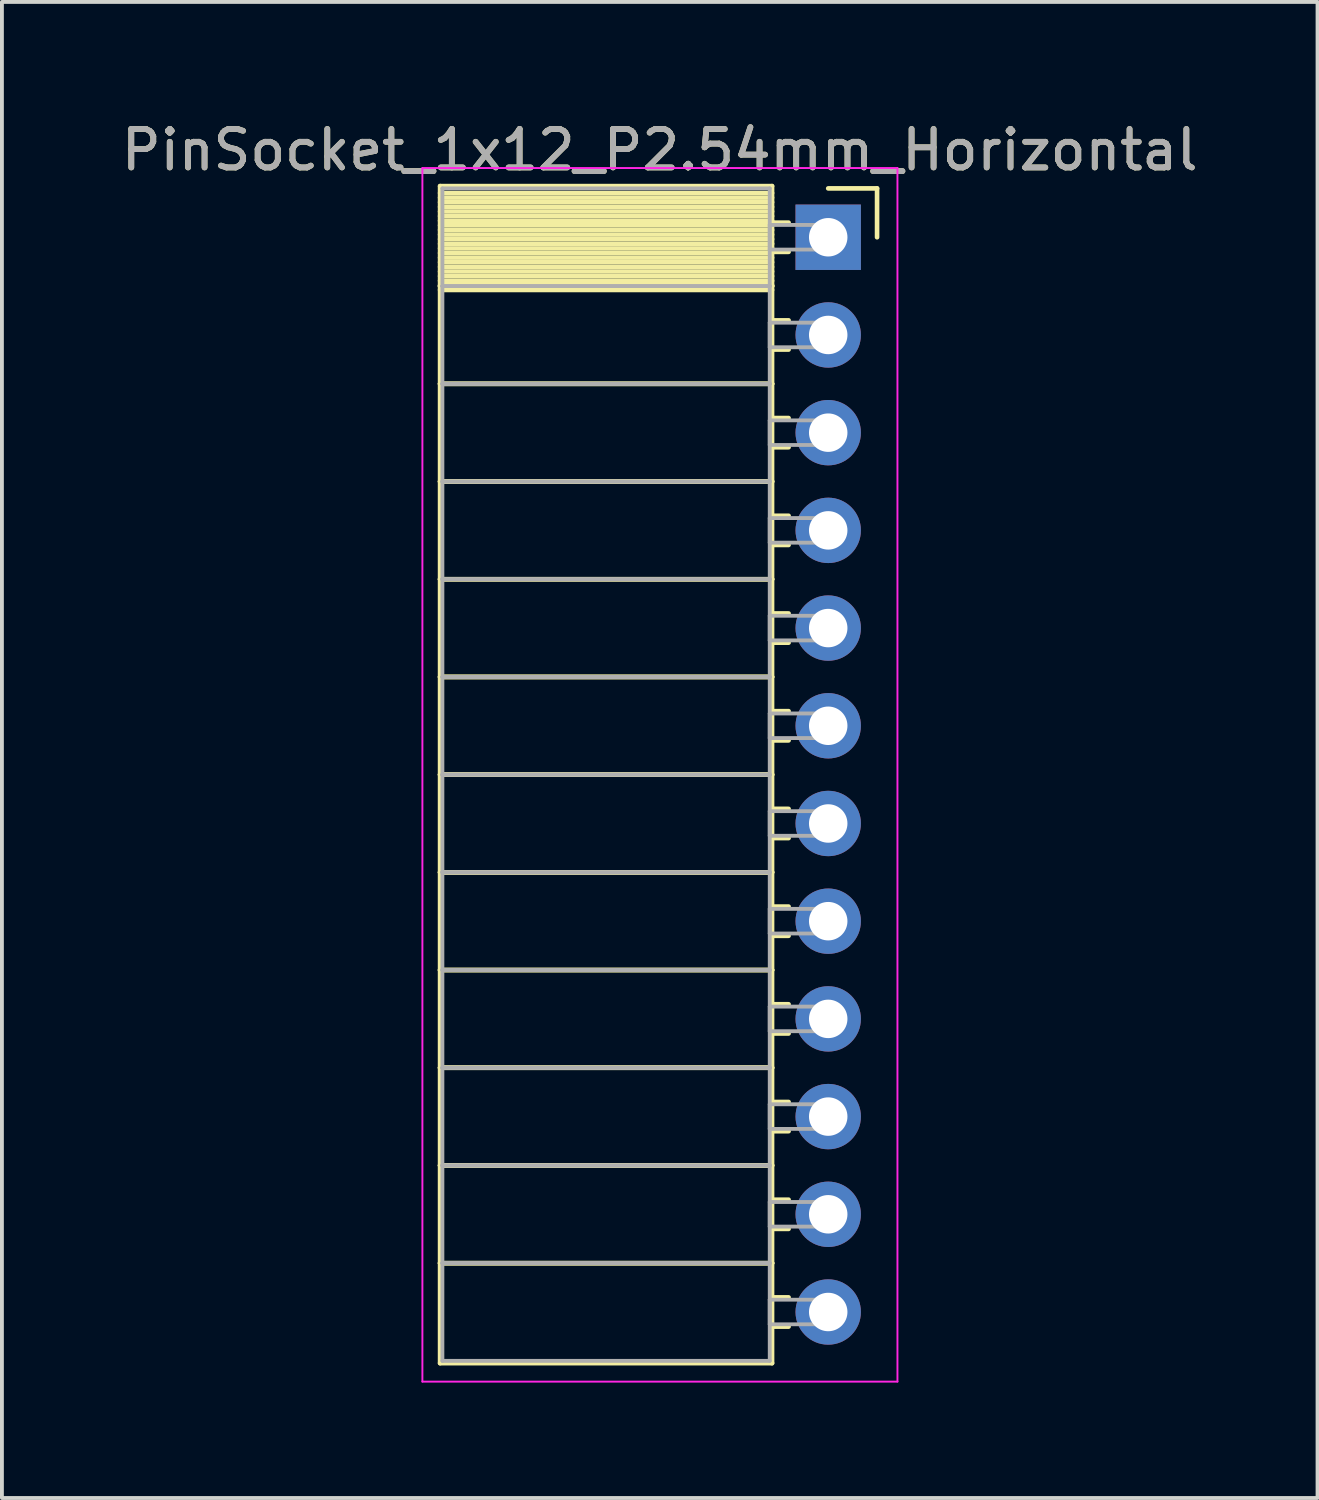
<source format=kicad_pcb>
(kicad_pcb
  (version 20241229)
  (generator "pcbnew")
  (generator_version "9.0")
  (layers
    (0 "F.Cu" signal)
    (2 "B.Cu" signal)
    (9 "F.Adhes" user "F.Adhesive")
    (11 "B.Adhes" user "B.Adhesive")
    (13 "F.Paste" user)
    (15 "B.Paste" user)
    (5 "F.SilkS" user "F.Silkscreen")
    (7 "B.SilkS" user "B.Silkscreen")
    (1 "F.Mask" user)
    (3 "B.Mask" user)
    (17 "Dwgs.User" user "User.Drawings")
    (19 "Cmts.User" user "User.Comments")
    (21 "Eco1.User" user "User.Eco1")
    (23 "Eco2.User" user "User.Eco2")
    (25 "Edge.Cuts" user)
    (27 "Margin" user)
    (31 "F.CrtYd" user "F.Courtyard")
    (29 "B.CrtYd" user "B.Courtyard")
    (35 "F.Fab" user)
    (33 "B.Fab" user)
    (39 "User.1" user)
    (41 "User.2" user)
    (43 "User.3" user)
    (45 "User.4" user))
  (footprint "PinSocket_1x12_P2.54mm_Horizontal"
    (layer "F.Cu")
    (at 18.481 3.118)
    (property "Reference" "PinSocket_1x12_P2.54mm_Horizontal" (at -4.38 -2.27 0) (layer "F.SilkS") (effects (font (size 1 1) (thickness 0.15))))
    (attr through_hole)
    (fp_line (start -10.09 -1.33) (end -1.46 -1.33) (stroke (width 0.12) (type solid)) (layer "F.SilkS"))
    (fp_line (start -10.09 1.27) (end -10.09 -1.33) (stroke (width 0.12) (type solid)) (layer "F.SilkS"))
    (fp_line (start -10.09 1.27) (end -1.46 1.27) (stroke (width 0.12) (type solid)) (layer "F.SilkS"))
    (fp_line (start -10.09 3.81) (end -10.09 1.27) (stroke (width 0.12) (type solid)) (layer "F.SilkS"))
    (fp_line (start -10.09 3.81) (end -1.46 3.81) (stroke (width 0.12) (type solid)) (layer "F.SilkS"))
    (fp_line (start -10.09 6.35) (end -10.09 3.81) (stroke (width 0.12) (type solid)) (layer "F.SilkS"))
    (fp_line (start -10.09 6.35) (end -1.46 6.35) (stroke (width 0.12) (type solid)) (layer "F.SilkS"))
    (fp_line (start -10.09 8.89) (end -10.09 6.35) (stroke (width 0.12) (type solid)) (layer "F.SilkS"))
    (fp_line (start -10.09 8.89) (end -1.46 8.89) (stroke (width 0.12) (type solid)) (layer "F.SilkS"))
    (fp_line (start -10.09 11.43) (end -10.09 8.89) (stroke (width 0.12) (type solid)) (layer "F.SilkS"))
    (fp_line (start -10.09 11.43) (end -1.46 11.43) (stroke (width 0.12) (type solid)) (layer "F.SilkS"))
    (fp_line (start -10.09 13.97) (end -10.09 11.43) (stroke (width 0.12) (type solid)) (layer "F.SilkS"))
    (fp_line (start -10.09 13.97) (end -1.46 13.97) (stroke (width 0.12) (type solid)) (layer "F.SilkS"))
    (fp_line (start -10.09 16.51) (end -10.09 13.97) (stroke (width 0.12) (type solid)) (layer "F.SilkS"))
    (fp_line (start -10.09 16.51) (end -1.46 16.51) (stroke (width 0.12) (type solid)) (layer "F.SilkS"))
    (fp_line (start -10.09 19.05) (end -10.09 16.51) (stroke (width 0.12) (type solid)) (layer "F.SilkS"))
    (fp_line (start -10.09 19.05) (end -1.46 19.05) (stroke (width 0.12) (type solid)) (layer "F.SilkS"))
    (fp_line (start -10.09 21.59) (end -10.09 19.05) (stroke (width 0.12) (type solid)) (layer "F.SilkS"))
    (fp_line (start -10.09 21.59) (end -1.46 21.59) (stroke (width 0.12) (type solid)) (layer "F.SilkS"))
    (fp_line (start -10.09 24.13) (end -10.09 21.59) (stroke (width 0.12) (type solid)) (layer "F.SilkS"))
    (fp_line (start -10.09 24.13) (end -1.46 24.13) (stroke (width 0.12) (type solid)) (layer "F.SilkS"))
    (fp_line (start -10.09 26.67) (end -10.09 24.13) (stroke (width 0.12) (type solid)) (layer "F.SilkS"))
    (fp_line (start -10.09 26.67) (end -1.46 26.67) (stroke (width 0.12) (type solid)) (layer "F.SilkS"))
    (fp_line (start -10.09 29.27) (end -10.09 26.67) (stroke (width 0.12) (type solid)) (layer "F.SilkS"))
    (fp_line (start -1.46 -1.33) (end -1.46 1.27) (stroke (width 0.12) (type solid)) (layer "F.SilkS"))
    (fp_line (start -1.46 -1.15) (end -10.09 -1.15) (stroke (width 0.12) (type solid)) (layer "F.SilkS"))
    (fp_line (start -1.46 -1.03) (end -10.09 -1.03) (stroke (width 0.12) (type solid)) (layer "F.SilkS"))
    (fp_line (start -1.46 -0.91) (end -10.09 -0.91) (stroke (width 0.12) (type solid)) (layer "F.SilkS"))
    (fp_line (start -1.46 -0.79) (end -10.09 -0.79) (stroke (width 0.12) (type solid)) (layer "F.SilkS"))
    (fp_line (start -1.46 -0.67) (end -10.09 -0.67) (stroke (width 0.12) (type solid)) (layer "F.SilkS"))
    (fp_line (start -1.46 -0.55) (end -10.09 -0.55) (stroke (width 0.12) (type solid)) (layer "F.SilkS"))
    (fp_line (start -1.46 -0.43) (end -10.09 -0.43) (stroke (width 0.12) (type solid)) (layer "F.SilkS"))
    (fp_line (start -1.46 -0.31) (end -10.09 -0.31) (stroke (width 0.12) (type solid)) (layer "F.SilkS"))
    (fp_line (start -1.46 -0.19) (end -10.09 -0.19) (stroke (width 0.12) (type solid)) (layer "F.SilkS"))
    (fp_line (start -1.46 -0.07) (end -10.09 -0.07) (stroke (width 0.12) (type solid)) (layer "F.SilkS"))
    (fp_line (start -1.46 0.05) (end -10.09 0.05) (stroke (width 0.12) (type solid)) (layer "F.SilkS"))
    (fp_line (start -1.46 0.17) (end -10.09 0.17) (stroke (width 0.12) (type solid)) (layer "F.SilkS"))
    (fp_line (start -1.46 0.29) (end -10.09 0.29) (stroke (width 0.12) (type solid)) (layer "F.SilkS"))
    (fp_line (start -1.46 0.41) (end -10.09 0.41) (stroke (width 0.12) (type solid)) (layer "F.SilkS"))
    (fp_line (start -1.46 0.53) (end -10.09 0.53) (stroke (width 0.12) (type solid)) (layer "F.SilkS"))
    (fp_line (start -1.46 0.65) (end -10.09 0.65) (stroke (width 0.12) (type solid)) (layer "F.SilkS"))
    (fp_line (start -1.46 0.77) (end -10.09 0.77) (stroke (width 0.12) (type solid)) (layer "F.SilkS"))
    (fp_line (start -1.46 0.89) (end -10.09 0.89) (stroke (width 0.12) (type solid)) (layer "F.SilkS"))
    (fp_line (start -1.46 1.01) (end -10.09 1.01) (stroke (width 0.12) (type solid)) (layer "F.SilkS"))
    (fp_line (start -1.46 1.13) (end -10.09 1.13) (stroke (width 0.12) (type solid)) (layer "F.SilkS"))
    (fp_line (start -1.46 1.25) (end -10.09 1.25) (stroke (width 0.12) (type solid)) (layer "F.SilkS"))
    (fp_line (start -1.46 1.27) (end -10.09 1.27) (stroke (width 0.12) (type solid)) (layer "F.SilkS"))
    (fp_line (start -1.46 1.27) (end -1.46 3.81) (stroke (width 0.12) (type solid)) (layer "F.SilkS"))
    (fp_line (start -1.46 1.37) (end -10.09 1.37) (stroke (width 0.12) (type solid)) (layer "F.SilkS"))
    (fp_line (start -1.46 3.81) (end -10.09 3.81) (stroke (width 0.12) (type solid)) (layer "F.SilkS"))
    (fp_line (start -1.46 3.81) (end -1.46 6.35) (stroke (width 0.12) (type solid)) (layer "F.SilkS"))
    (fp_line (start -1.46 6.35) (end -10.09 6.35) (stroke (width 0.12) (type solid)) (layer "F.SilkS"))
    (fp_line (start -1.46 6.35) (end -1.46 8.89) (stroke (width 0.12) (type solid)) (layer "F.SilkS"))
    (fp_line (start -1.46 8.89) (end -10.09 8.89) (stroke (width 0.12) (type solid)) (layer "F.SilkS"))
    (fp_line (start -1.46 8.89) (end -1.46 11.43) (stroke (width 0.12) (type solid)) (layer "F.SilkS"))
    (fp_line (start -1.46 11.43) (end -10.09 11.43) (stroke (width 0.12) (type solid)) (layer "F.SilkS"))
    (fp_line (start -1.46 11.43) (end -1.46 13.97) (stroke (width 0.12) (type solid)) (layer "F.SilkS"))
    (fp_line (start -1.46 13.97) (end -10.09 13.97) (stroke (width 0.12) (type solid)) (layer "F.SilkS"))
    (fp_line (start -1.46 13.97) (end -1.46 16.51) (stroke (width 0.12) (type solid)) (layer "F.SilkS"))
    (fp_line (start -1.46 16.51) (end -10.09 16.51) (stroke (width 0.12) (type solid)) (layer "F.SilkS"))
    (fp_line (start -1.46 16.51) (end -1.46 19.05) (stroke (width 0.12) (type solid)) (layer "F.SilkS"))
    (fp_line (start -1.46 19.05) (end -10.09 19.05) (stroke (width 0.12) (type solid)) (layer "F.SilkS"))
    (fp_line (start -1.46 19.05) (end -1.46 21.59) (stroke (width 0.12) (type solid)) (layer "F.SilkS"))
    (fp_line (start -1.46 21.59) (end -10.09 21.59) (stroke (width 0.12) (type solid)) (layer "F.SilkS"))
    (fp_line (start -1.46 21.59) (end -1.46 24.13) (stroke (width 0.12) (type solid)) (layer "F.SilkS"))
    (fp_line (start -1.46 24.13) (end -10.09 24.13) (stroke (width 0.12) (type solid)) (layer "F.SilkS"))
    (fp_line (start -1.46 24.13) (end -1.46 26.67) (stroke (width 0.12) (type solid)) (layer "F.SilkS"))
    (fp_line (start -1.46 26.67) (end -10.09 26.67) (stroke (width 0.12) (type solid)) (layer "F.SilkS"))
    (fp_line (start -1.46 26.67) (end -1.46 29.27) (stroke (width 0.12) (type solid)) (layer "F.SilkS"))
    (fp_line (start -1.46 29.27) (end -10.09 29.27) (stroke (width 0.12) (type solid)) (layer "F.SilkS"))
    (fp_line (start -1.03 -0.38) (end -1.46 -0.38) (stroke (width 0.12) (type solid)) (layer "F.SilkS"))
    (fp_line (start -1.03 0.38) (end -1.46 0.38) (stroke (width 0.12) (type solid)) (layer "F.SilkS"))
    (fp_line (start -1.03 2.16) (end -1.46 2.16) (stroke (width 0.12) (type solid)) (layer "F.SilkS"))
    (fp_line (start -1.03 2.92) (end -1.46 2.92) (stroke (width 0.12) (type solid)) (layer "F.SilkS"))
    (fp_line (start -1.03 4.7) (end -1.46 4.7) (stroke (width 0.12) (type solid)) (layer "F.SilkS"))
    (fp_line (start -1.03 5.46) (end -1.46 5.46) (stroke (width 0.12) (type solid)) (layer "F.SilkS"))
    (fp_line (start -1.03 7.24) (end -1.46 7.24) (stroke (width 0.12) (type solid)) (layer "F.SilkS"))
    (fp_line (start -1.03 8) (end -1.46 8) (stroke (width 0.12) (type solid)) (layer "F.SilkS"))
    (fp_line (start -1.03 9.78) (end -1.46 9.78) (stroke (width 0.12) (type solid)) (layer "F.SilkS"))
    (fp_line (start -1.03 10.54) (end -1.46 10.54) (stroke (width 0.12) (type solid)) (layer "F.SilkS"))
    (fp_line (start -1.03 12.32) (end -1.46 12.32) (stroke (width 0.12) (type solid)) (layer "F.SilkS"))
    (fp_line (start -1.03 13.08) (end -1.46 13.08) (stroke (width 0.12) (type solid)) (layer "F.SilkS"))
    (fp_line (start -1.03 14.86) (end -1.46 14.86) (stroke (width 0.12) (type solid)) (layer "F.SilkS"))
    (fp_line (start -1.03 15.62) (end -1.46 15.62) (stroke (width 0.12) (type solid)) (layer "F.SilkS"))
    (fp_line (start -1.03 17.4) (end -1.46 17.4) (stroke (width 0.12) (type solid)) (layer "F.SilkS"))
    (fp_line (start -1.03 18.16) (end -1.46 18.16) (stroke (width 0.12) (type solid)) (layer "F.SilkS"))
    (fp_line (start -1.03 19.94) (end -1.46 19.94) (stroke (width 0.12) (type solid)) (layer "F.SilkS"))
    (fp_line (start -1.03 20.7) (end -1.46 20.7) (stroke (width 0.12) (type solid)) (layer "F.SilkS"))
    (fp_line (start -1.03 22.48) (end -1.46 22.48) (stroke (width 0.12) (type solid)) (layer "F.SilkS"))
    (fp_line (start -1.03 23.24) (end -1.46 23.24) (stroke (width 0.12) (type solid)) (layer "F.SilkS"))
    (fp_line (start -1.03 25.02) (end -1.46 25.02) (stroke (width 0.12) (type solid)) (layer "F.SilkS"))
    (fp_line (start -1.03 25.78) (end -1.46 25.78) (stroke (width 0.12) (type solid)) (layer "F.SilkS"))
    (fp_line (start -1.03 27.56) (end -1.46 27.56) (stroke (width 0.12) (type solid)) (layer "F.SilkS"))
    (fp_line (start -1.03 28.32) (end -1.46 28.32) (stroke (width 0.12) (type solid)) (layer "F.SilkS"))
    (fp_line (start 0 -1.27) (end 1.27 -1.27) (stroke (width 0.12) (type solid)) (layer "F.SilkS"))
    (fp_line (start 1.27 -1.27) (end 1.27 0) (stroke (width 0.12) (type solid)) (layer "F.SilkS"))
    (fp_line (start -10.55 -1.8) (end 1.8 -1.8) (stroke (width 0.05) (type solid)) (layer "F.CrtYd"))
    (fp_line (start -10.55 29.75) (end -10.55 -1.8) (stroke (width 0.05) (type solid)) (layer "F.CrtYd"))
    (fp_line (start 1.8 -1.8) (end 1.8 29.75) (stroke (width 0.05) (type solid)) (layer "F.CrtYd"))
    (fp_line (start 1.8 29.75) (end -10.55 29.75) (stroke (width 0.05) (type solid)) (layer "F.CrtYd"))
    (fp_line (start -10.03 -1.27) (end -1.52 -1.27) (stroke (width 0.1) (type solid)) (layer "F.Fab"))
    (fp_line (start -10.03 1.27) (end -10.03 -1.27) (stroke (width 0.1) (type solid)) (layer "F.Fab"))
    (fp_line (start -10.03 1.27) (end -1.52 1.27) (stroke (width 0.1) (type solid)) (layer "F.Fab"))
    (fp_line (start -10.03 3.81) (end -10.03 1.27) (stroke (width 0.1) (type solid)) (layer "F.Fab"))
    (fp_line (start -10.03 3.81) (end -1.52 3.81) (stroke (width 0.1) (type solid)) (layer "F.Fab"))
    (fp_line (start -10.03 6.35) (end -10.03 3.81) (stroke (width 0.1) (type solid)) (layer "F.Fab"))
    (fp_line (start -10.03 6.35) (end -1.52 6.35) (stroke (width 0.1) (type solid)) (layer "F.Fab"))
    (fp_line (start -10.03 8.89) (end -10.03 6.35) (stroke (width 0.1) (type solid)) (layer "F.Fab"))
    (fp_line (start -10.03 8.89) (end -1.52 8.89) (stroke (width 0.1) (type solid)) (layer "F.Fab"))
    (fp_line (start -10.03 11.43) (end -10.03 8.89) (stroke (width 0.1) (type solid)) (layer "F.Fab"))
    (fp_line (start -10.03 11.43) (end -1.52 11.43) (stroke (width 0.1) (type solid)) (layer "F.Fab"))
    (fp_line (start -10.03 13.97) (end -10.03 11.43) (stroke (width 0.1) (type solid)) (layer "F.Fab"))
    (fp_line (start -10.03 13.97) (end -1.52 13.97) (stroke (width 0.1) (type solid)) (layer "F.Fab"))
    (fp_line (start -10.03 16.51) (end -10.03 13.97) (stroke (width 0.1) (type solid)) (layer "F.Fab"))
    (fp_line (start -10.03 16.51) (end -1.52 16.51) (stroke (width 0.1) (type solid)) (layer "F.Fab"))
    (fp_line (start -10.03 19.05) (end -10.03 16.51) (stroke (width 0.1) (type solid)) (layer "F.Fab"))
    (fp_line (start -10.03 19.05) (end -1.52 19.05) (stroke (width 0.1) (type solid)) (layer "F.Fab"))
    (fp_line (start -10.03 21.59) (end -10.03 19.05) (stroke (width 0.1) (type solid)) (layer "F.Fab"))
    (fp_line (start -10.03 21.59) (end -1.52 21.59) (stroke (width 0.1) (type solid)) (layer "F.Fab"))
    (fp_line (start -10.03 24.13) (end -10.03 21.59) (stroke (width 0.1) (type solid)) (layer "F.Fab"))
    (fp_line (start -10.03 24.13) (end -1.52 24.13) (stroke (width 0.1) (type solid)) (layer "F.Fab"))
    (fp_line (start -10.03 26.67) (end -10.03 24.13) (stroke (width 0.1) (type solid)) (layer "F.Fab"))
    (fp_line (start -10.03 26.67) (end -1.52 26.67) (stroke (width 0.1) (type solid)) (layer "F.Fab"))
    (fp_line (start -10.03 29.21) (end -10.03 26.67) (stroke (width 0.1) (type solid)) (layer "F.Fab"))
    (fp_line (start -1.52 -1.27) (end -1.52 1.27) (stroke (width 0.1) (type solid)) (layer "F.Fab"))
    (fp_line (start -1.52 -0.32) (end 0 -0.32) (stroke (width 0.1) (type solid)) (layer "F.Fab"))
    (fp_line (start -1.52 0.32) (end -1.52 -0.32) (stroke (width 0.1) (type solid)) (layer "F.Fab"))
    (fp_line (start -1.52 1.27) (end -10.03 1.27) (stroke (width 0.1) (type solid)) (layer "F.Fab"))
    (fp_line (start -1.52 1.27) (end -1.52 3.81) (stroke (width 0.1) (type solid)) (layer "F.Fab"))
    (fp_line (start -1.52 2.22) (end 0 2.22) (stroke (width 0.1) (type solid)) (layer "F.Fab"))
    (fp_line (start -1.52 2.86) (end -1.52 2.22) (stroke (width 0.1) (type solid)) (layer "F.Fab"))
    (fp_line (start -1.52 3.81) (end -10.03 3.81) (stroke (width 0.1) (type solid)) (layer "F.Fab"))
    (fp_line (start -1.52 3.81) (end -1.52 6.35) (stroke (width 0.1) (type solid)) (layer "F.Fab"))
    (fp_line (start -1.52 4.76) (end 0 4.76) (stroke (width 0.1) (type solid)) (layer "F.Fab"))
    (fp_line (start -1.52 5.4) (end -1.52 4.76) (stroke (width 0.1) (type solid)) (layer "F.Fab"))
    (fp_line (start -1.52 6.35) (end -10.03 6.35) (stroke (width 0.1) (type solid)) (layer "F.Fab"))
    (fp_line (start -1.52 6.35) (end -1.52 8.89) (stroke (width 0.1) (type solid)) (layer "F.Fab"))
    (fp_line (start -1.52 7.3) (end 0 7.3) (stroke (width 0.1) (type solid)) (layer "F.Fab"))
    (fp_line (start -1.52 7.94) (end -1.52 7.3) (stroke (width 0.1) (type solid)) (layer "F.Fab"))
    (fp_line (start -1.52 8.89) (end -10.03 8.89) (stroke (width 0.1) (type solid)) (layer "F.Fab"))
    (fp_line (start -1.52 8.89) (end -1.52 11.43) (stroke (width 0.1) (type solid)) (layer "F.Fab"))
    (fp_line (start -1.52 9.84) (end 0 9.84) (stroke (width 0.1) (type solid)) (layer "F.Fab"))
    (fp_line (start -1.52 10.48) (end -1.52 9.84) (stroke (width 0.1) (type solid)) (layer "F.Fab"))
    (fp_line (start -1.52 11.43) (end -10.03 11.43) (stroke (width 0.1) (type solid)) (layer "F.Fab"))
    (fp_line (start -1.52 11.43) (end -1.52 13.97) (stroke (width 0.1) (type solid)) (layer "F.Fab"))
    (fp_line (start -1.52 12.38) (end 0 12.38) (stroke (width 0.1) (type solid)) (layer "F.Fab"))
    (fp_line (start -1.52 13.02) (end -1.52 12.38) (stroke (width 0.1) (type solid)) (layer "F.Fab"))
    (fp_line (start -1.52 13.97) (end -10.03 13.97) (stroke (width 0.1) (type solid)) (layer "F.Fab"))
    (fp_line (start -1.52 13.97) (end -1.52 16.51) (stroke (width 0.1) (type solid)) (layer "F.Fab"))
    (fp_line (start -1.52 14.92) (end 0 14.92) (stroke (width 0.1) (type solid)) (layer "F.Fab"))
    (fp_line (start -1.52 15.56) (end -1.52 14.92) (stroke (width 0.1) (type solid)) (layer "F.Fab"))
    (fp_line (start -1.52 16.51) (end -10.03 16.51) (stroke (width 0.1) (type solid)) (layer "F.Fab"))
    (fp_line (start -1.52 16.51) (end -1.52 19.05) (stroke (width 0.1) (type solid)) (layer "F.Fab"))
    (fp_line (start -1.52 17.46) (end 0 17.46) (stroke (width 0.1) (type solid)) (layer "F.Fab"))
    (fp_line (start -1.52 18.1) (end -1.52 17.46) (stroke (width 0.1) (type solid)) (layer "F.Fab"))
    (fp_line (start -1.52 19.05) (end -10.03 19.05) (stroke (width 0.1) (type solid)) (layer "F.Fab"))
    (fp_line (start -1.52 19.05) (end -1.52 21.59) (stroke (width 0.1) (type solid)) (layer "F.Fab"))
    (fp_line (start -1.52 20) (end 0 20) (stroke (width 0.1) (type solid)) (layer "F.Fab"))
    (fp_line (start -1.52 20.64) (end -1.52 20) (stroke (width 0.1) (type solid)) (layer "F.Fab"))
    (fp_line (start -1.52 21.59) (end -10.03 21.59) (stroke (width 0.1) (type solid)) (layer "F.Fab"))
    (fp_line (start -1.52 21.59) (end -1.52 24.13) (stroke (width 0.1) (type solid)) (layer "F.Fab"))
    (fp_line (start -1.52 22.54) (end 0 22.54) (stroke (width 0.1) (type solid)) (layer "F.Fab"))
    (fp_line (start -1.52 23.18) (end -1.52 22.54) (stroke (width 0.1) (type solid)) (layer "F.Fab"))
    (fp_line (start -1.52 24.13) (end -10.03 24.13) (stroke (width 0.1) (type solid)) (layer "F.Fab"))
    (fp_line (start -1.52 24.13) (end -1.52 26.67) (stroke (width 0.1) (type solid)) (layer "F.Fab"))
    (fp_line (start -1.52 25.08) (end 0 25.08) (stroke (width 0.1) (type solid)) (layer "F.Fab"))
    (fp_line (start -1.52 25.72) (end -1.52 25.08) (stroke (width 0.1) (type solid)) (layer "F.Fab"))
    (fp_line (start -1.52 26.67) (end -10.03 26.67) (stroke (width 0.1) (type solid)) (layer "F.Fab"))
    (fp_line (start -1.52 26.67) (end -1.52 29.21) (stroke (width 0.1) (type solid)) (layer "F.Fab"))
    (fp_line (start -1.52 27.62) (end 0 27.62) (stroke (width 0.1) (type solid)) (layer "F.Fab"))
    (fp_line (start -1.52 28.26) (end -1.52 27.62) (stroke (width 0.1) (type solid)) (layer "F.Fab"))
    (fp_line (start -1.52 29.21) (end -10.03 29.21) (stroke (width 0.1) (type solid)) (layer "F.Fab"))
    (fp_line (start 0 -0.32) (end 0 0.32) (stroke (width 0.1) (type solid)) (layer "F.Fab"))
    (fp_line (start 0 0.32) (end -1.52 0.32) (stroke (width 0.1) (type solid)) (layer "F.Fab"))
    (fp_line (start 0 2.22) (end 0 2.86) (stroke (width 0.1) (type solid)) (layer "F.Fab"))
    (fp_line (start 0 2.86) (end -1.52 2.86) (stroke (width 0.1) (type solid)) (layer "F.Fab"))
    (fp_line (start 0 4.76) (end 0 5.4) (stroke (width 0.1) (type solid)) (layer "F.Fab"))
    (fp_line (start 0 5.4) (end -1.52 5.4) (stroke (width 0.1) (type solid)) (layer "F.Fab"))
    (fp_line (start 0 7.3) (end 0 7.94) (stroke (width 0.1) (type solid)) (layer "F.Fab"))
    (fp_line (start 0 7.94) (end -1.52 7.94) (stroke (width 0.1) (type solid)) (layer "F.Fab"))
    (fp_line (start 0 9.84) (end 0 10.48) (stroke (width 0.1) (type solid)) (layer "F.Fab"))
    (fp_line (start 0 10.48) (end -1.52 10.48) (stroke (width 0.1) (type solid)) (layer "F.Fab"))
    (fp_line (start 0 12.38) (end 0 13.02) (stroke (width 0.1) (type solid)) (layer "F.Fab"))
    (fp_line (start 0 13.02) (end -1.52 13.02) (stroke (width 0.1) (type solid)) (layer "F.Fab"))
    (fp_line (start 0 14.92) (end 0 15.56) (stroke (width 0.1) (type solid)) (layer "F.Fab"))
    (fp_line (start 0 15.56) (end -1.52 15.56) (stroke (width 0.1) (type solid)) (layer "F.Fab"))
    (fp_line (start 0 17.46) (end 0 18.1) (stroke (width 0.1) (type solid)) (layer "F.Fab"))
    (fp_line (start 0 18.1) (end -1.52 18.1) (stroke (width 0.1) (type solid)) (layer "F.Fab"))
    (fp_line (start 0 20) (end 0 20.64) (stroke (width 0.1) (type solid)) (layer "F.Fab"))
    (fp_line (start 0 20.64) (end -1.52 20.64) (stroke (width 0.1) (type solid)) (layer "F.Fab"))
    (fp_line (start 0 22.54) (end 0 23.18) (stroke (width 0.1) (type solid)) (layer "F.Fab"))
    (fp_line (start 0 23.18) (end -1.52 23.18) (stroke (width 0.1) (type solid)) (layer "F.Fab"))
    (fp_line (start 0 25.08) (end 0 25.72) (stroke (width 0.1) (type solid)) (layer "F.Fab"))
    (fp_line (start 0 25.72) (end -1.52 25.72) (stroke (width 0.1) (type solid)) (layer "F.Fab"))
    (fp_line (start 0 27.62) (end 0 28.26) (stroke (width 0.1) (type solid)) (layer "F.Fab"))
    (fp_line (start 0 28.26) (end -1.52 28.26) (stroke (width 0.1) (type solid)) (layer "F.Fab"))
    (fp_text user "${REFERENCE}" (at -4.38 -2.27 0) (layer "F.Fab") (effects (font (size 1 1) (thickness 0.15))))
    (pad "1" thru_hole rect (at 0 0) (size 1.7 1.7) (drill 1) (layers "*.Cu" "*.Mask"))
    (pad "2" thru_hole oval (at 0 2.54) (size 1.7 1.7) (drill 1) (layers "*.Cu" "*.Mask"))
    (pad "3" thru_hole oval (at 0 5.08) (size 1.7 1.7) (drill 1) (layers "*.Cu" "*.Mask"))
    (pad "4" thru_hole oval (at 0 7.62) (size 1.7 1.7) (drill 1) (layers "*.Cu" "*.Mask"))
    (pad "5" thru_hole oval (at 0 10.16) (size 1.7 1.7) (drill 1) (layers "*.Cu" "*.Mask"))
    (pad "6" thru_hole oval (at 0 12.7) (size 1.7 1.7) (drill 1) (layers "*.Cu" "*.Mask"))
    (pad "7" thru_hole oval (at 0 15.24) (size 1.7 1.7) (drill 1) (layers "*.Cu" "*.Mask"))
    (pad "8" thru_hole oval (at 0 17.78) (size 1.7 1.7) (drill 1) (layers "*.Cu" "*.Mask"))
    (pad "9" thru_hole oval (at 0 20.32) (size 1.7 1.7) (drill 1) (layers "*.Cu" "*.Mask"))
    (pad "10" thru_hole oval (at 0 22.86) (size 1.7 1.7) (drill 1) (layers "*.Cu" "*.Mask"))
    (pad "11" thru_hole oval (at 0 25.4) (size 1.7 1.7) (drill 1) (layers "*.Cu" "*.Mask"))
    (pad "12" thru_hole oval (at 0 27.94) (size 1.7 1.7) (drill 1) (layers "*.Cu" "*.Mask")))
  (gr_rect
    (start -3 -3)
    (end 31.202 35.893)
    (stroke (width 0.1) (type default))
    (fill no)
    (layer "Edge.Cuts")))
</source>
